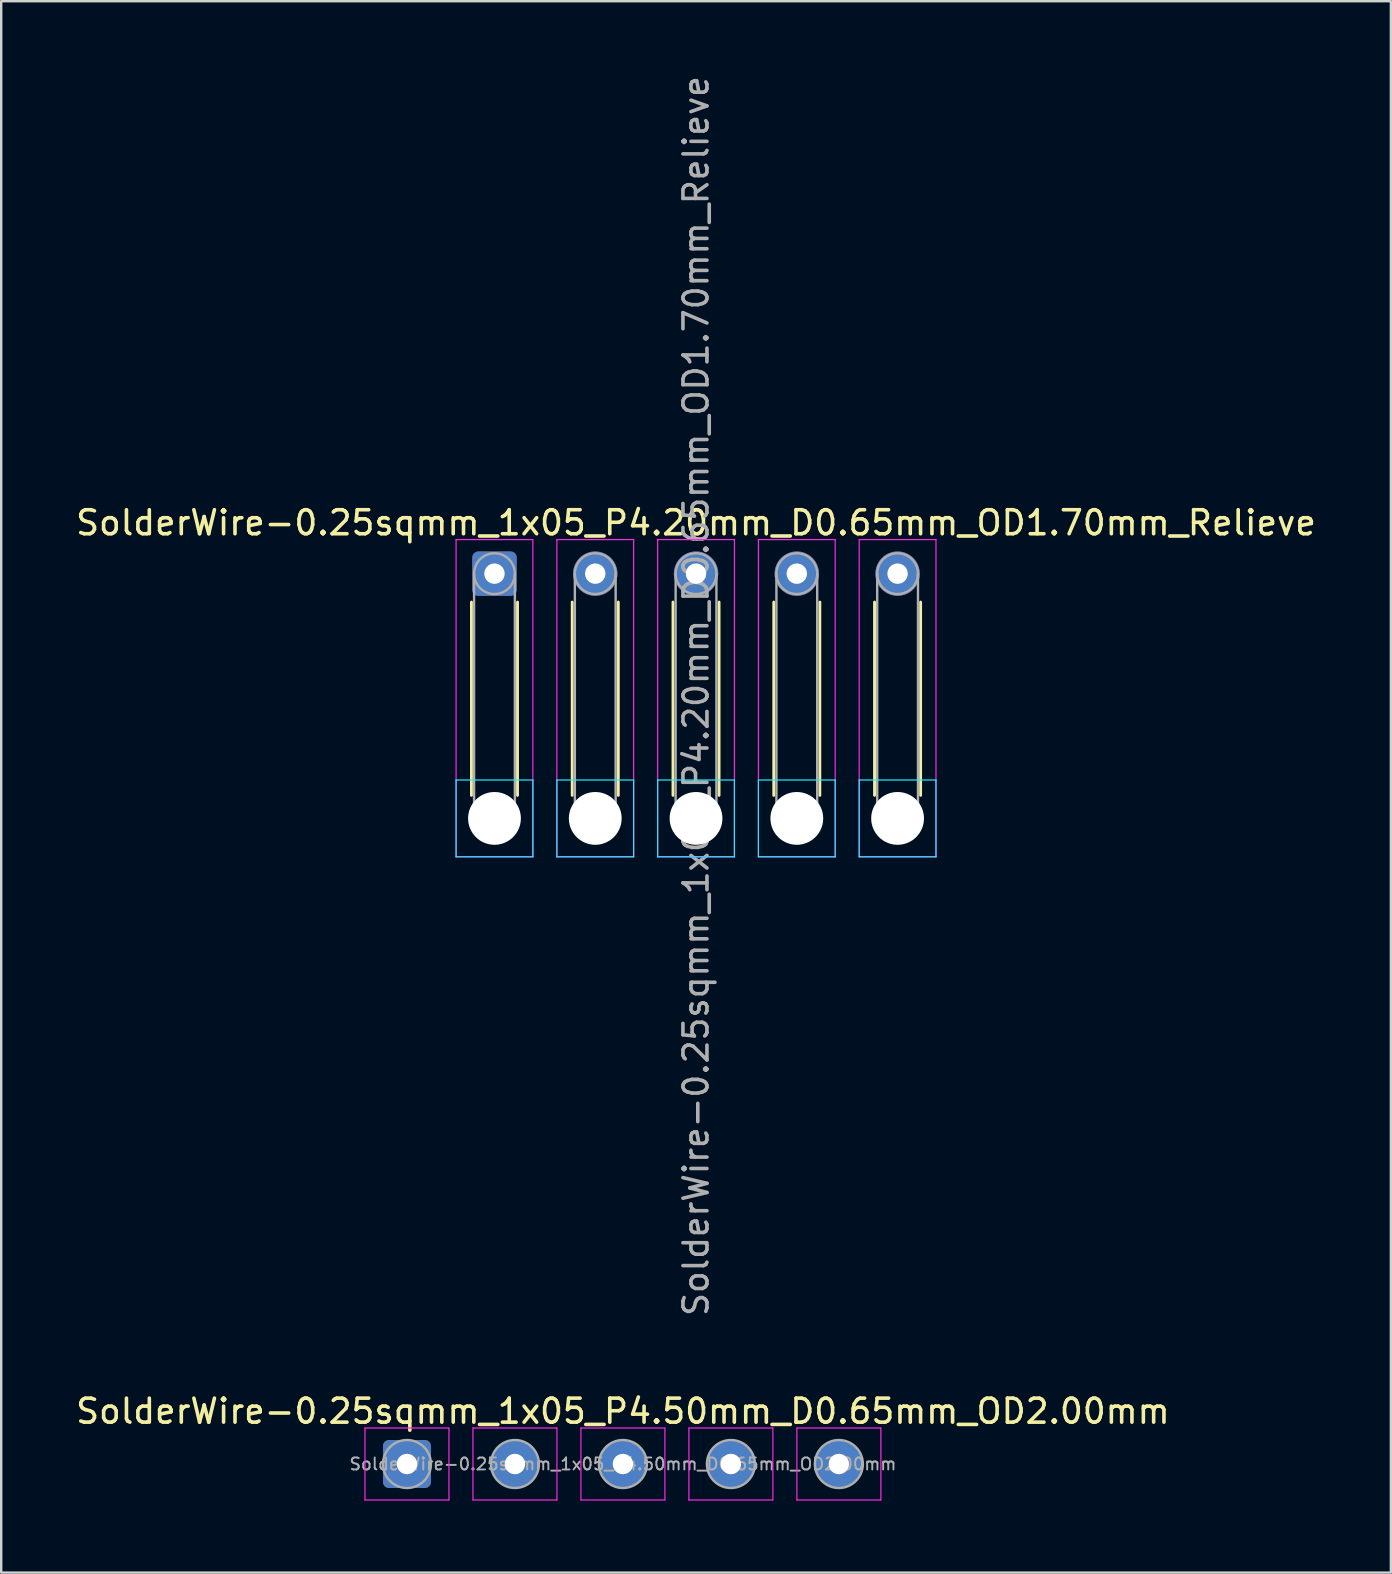
<source format=kicad_pcb>
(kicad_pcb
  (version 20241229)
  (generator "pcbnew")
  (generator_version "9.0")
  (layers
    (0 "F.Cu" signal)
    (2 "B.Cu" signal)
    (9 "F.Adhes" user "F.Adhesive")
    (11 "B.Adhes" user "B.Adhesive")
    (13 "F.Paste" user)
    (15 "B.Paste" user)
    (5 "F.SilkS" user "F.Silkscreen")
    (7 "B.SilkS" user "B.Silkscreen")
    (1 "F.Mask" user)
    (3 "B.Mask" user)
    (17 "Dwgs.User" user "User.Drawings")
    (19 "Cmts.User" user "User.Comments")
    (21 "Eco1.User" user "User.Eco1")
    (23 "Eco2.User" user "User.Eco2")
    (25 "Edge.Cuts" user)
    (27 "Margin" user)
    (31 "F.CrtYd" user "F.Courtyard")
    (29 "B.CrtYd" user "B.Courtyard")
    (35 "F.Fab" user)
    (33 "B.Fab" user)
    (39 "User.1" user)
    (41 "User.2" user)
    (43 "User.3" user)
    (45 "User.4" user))
  (footprint "SolderWire-0.25sqmm_1x05_P4.50mm_D0.65mm_OD2.00mm"
    (layer "F.Cu")
    (at 13.911 57.965)
    (property "Reference" "SolderWire-0.25sqmm_1x05_P4.50mm_D0.65mm_OD2.00mm" (at 9 -2.2 0) (layer "F.SilkS") (effects (font (size 1 1) (thickness 0.15))))
    (attr exclude_from_pos_files exclude_from_bom)
    (fp_line (start -1.75 -1.5) (end -1.75 1.5) (stroke (width 0.05) (type solid)) (layer "F.CrtYd"))
    (fp_line (start -1.75 1.5) (end 1.75 1.5) (stroke (width 0.05) (type solid)) (layer "F.CrtYd"))
    (fp_line (start 1.75 -1.5) (end -1.75 -1.5) (stroke (width 0.05) (type solid)) (layer "F.CrtYd"))
    (fp_line (start 1.75 1.5) (end 1.75 -1.5) (stroke (width 0.05) (type solid)) (layer "F.CrtYd"))
    (fp_line (start 2.75 -1.5) (end 2.75 1.5) (stroke (width 0.05) (type solid)) (layer "F.CrtYd"))
    (fp_line (start 2.75 1.5) (end 6.25 1.5) (stroke (width 0.05) (type solid)) (layer "F.CrtYd"))
    (fp_line (start 6.25 -1.5) (end 2.75 -1.5) (stroke (width 0.05) (type solid)) (layer "F.CrtYd"))
    (fp_line (start 6.25 1.5) (end 6.25 -1.5) (stroke (width 0.05) (type solid)) (layer "F.CrtYd"))
    (fp_line (start 7.25 -1.5) (end 7.25 1.5) (stroke (width 0.05) (type solid)) (layer "F.CrtYd"))
    (fp_line (start 7.25 1.5) (end 10.75 1.5) (stroke (width 0.05) (type solid)) (layer "F.CrtYd"))
    (fp_line (start 10.75 -1.5) (end 7.25 -1.5) (stroke (width 0.05) (type solid)) (layer "F.CrtYd"))
    (fp_line (start 10.75 1.5) (end 10.75 -1.5) (stroke (width 0.05) (type solid)) (layer "F.CrtYd"))
    (fp_line (start 11.75 -1.5) (end 11.75 1.5) (stroke (width 0.05) (type solid)) (layer "F.CrtYd"))
    (fp_line (start 11.75 1.5) (end 15.25 1.5) (stroke (width 0.05) (type solid)) (layer "F.CrtYd"))
    (fp_line (start 15.25 -1.5) (end 11.75 -1.5) (stroke (width 0.05) (type solid)) (layer "F.CrtYd"))
    (fp_line (start 15.25 1.5) (end 15.25 -1.5) (stroke (width 0.05) (type solid)) (layer "F.CrtYd"))
    (fp_line (start 16.25 -1.5) (end 16.25 1.5) (stroke (width 0.05) (type solid)) (layer "F.CrtYd"))
    (fp_line (start 16.25 1.5) (end 19.75 1.5) (stroke (width 0.05) (type solid)) (layer "F.CrtYd"))
    (fp_line (start 19.75 -1.5) (end 16.25 -1.5) (stroke (width 0.05) (type solid)) (layer "F.CrtYd"))
    (fp_line (start 19.75 1.5) (end 19.75 -1.5) (stroke (width 0.05) (type solid)) (layer "F.CrtYd"))
    (fp_circle (center 0 0) (end 1 0) (stroke (width 0.1) (type solid)) (fill no) (layer "F.Fab"))
    (fp_circle (center 4.5 0) (end 5.5 0) (stroke (width 0.1) (type solid)) (fill no) (layer "F.Fab"))
    (fp_circle (center 9 0) (end 10 0) (stroke (width 0.1) (type solid)) (fill no) (layer "F.Fab"))
    (fp_circle (center 13.5 0) (end 14.5 0) (stroke (width 0.1) (type solid)) (fill no) (layer "F.Fab"))
    (fp_circle (center 18 0) (end 19 0) (stroke (width 0.1) (type solid)) (fill no) (layer "F.Fab"))
    (fp_text user "${REFERENCE}" (at 9 0 0) (layer "F.Fab") (effects (font (size 0.5 0.5) (thickness 0.08))))
    (pad "1" thru_hole roundrect (at 0 0) (size 2 2) (drill 0.85) (layers "*.Cu" "*.Mask") (roundrect_rratio 0.125))
    (pad "2" thru_hole circle (at 4.5 0) (size 2 2) (drill 0.85) (layers "*.Cu" "*.Mask"))
    (pad "3" thru_hole circle (at 9 0) (size 2 2) (drill 0.85) (layers "*.Cu" "*.Mask"))
    (pad "4" thru_hole circle (at 13.5 0) (size 2 2) (drill 0.85) (layers "*.Cu" "*.Mask"))
    (pad "5" thru_hole circle (at 18 0) (size 2 2) (drill 0.85) (layers "*.Cu" "*.Mask")))
  (footprint "SolderWire-0.25sqmm_1x05_P4.20mm_D0.65mm_OD1.70mm_Relieve"
    (layer "F.Cu")
    (at 17.558 20.858)
    (property "Reference" "SolderWire-0.25sqmm_1x05_P4.20mm_D0.65mm_OD1.70mm_Relieve" (at 8.4 -2.12 0) (layer "F.SilkS") (effects (font (size 1 1) (thickness 0.15))))
    (attr exclude_from_pos_files exclude_from_bom)
    (fp_line (start -0.96 1.185) (end -0.96 9.24) (stroke (width 0.12) (type solid)) (layer "F.SilkS"))
    (fp_line (start 0.96 1.185) (end 0.96 9.24) (stroke (width 0.12) (type solid)) (layer "F.SilkS"))
    (fp_line (start 3.24 1.185) (end 3.24 9.24) (stroke (width 0.12) (type solid)) (layer "F.SilkS"))
    (fp_line (start 5.16 1.185) (end 5.16 9.24) (stroke (width 0.12) (type solid)) (layer "F.SilkS"))
    (fp_line (start 7.44 1.185) (end 7.44 9.24) (stroke (width 0.12) (type solid)) (layer "F.SilkS"))
    (fp_line (start 9.36 1.185) (end 9.36 9.24) (stroke (width 0.12) (type solid)) (layer "F.SilkS"))
    (fp_line (start 11.64 1.185) (end 11.64 9.24) (stroke (width 0.12) (type solid)) (layer "F.SilkS"))
    (fp_line (start 13.56 1.185) (end 13.56 9.24) (stroke (width 0.12) (type solid)) (layer "F.SilkS"))
    (fp_line (start 15.84 1.185) (end 15.84 9.24) (stroke (width 0.12) (type solid)) (layer "F.SilkS"))
    (fp_line (start 17.76 1.185) (end 17.76 9.24) (stroke (width 0.12) (type solid)) (layer "F.SilkS"))
    (fp_line (start -1.6 8.6) (end -1.6 11.8) (stroke (width 0.05) (type solid)) (layer "B.CrtYd"))
    (fp_line (start -1.6 11.8) (end 1.6 11.8) (stroke (width 0.05) (type solid)) (layer "B.CrtYd"))
    (fp_line (start 1.6 8.6) (end -1.6 8.6) (stroke (width 0.05) (type solid)) (layer "B.CrtYd"))
    (fp_line (start 1.6 11.8) (end 1.6 8.6) (stroke (width 0.05) (type solid)) (layer "B.CrtYd"))
    (fp_line (start 2.6 8.6) (end 2.6 11.8) (stroke (width 0.05) (type solid)) (layer "B.CrtYd"))
    (fp_line (start 2.6 11.8) (end 5.8 11.8) (stroke (width 0.05) (type solid)) (layer "B.CrtYd"))
    (fp_line (start 5.8 8.6) (end 2.6 8.6) (stroke (width 0.05) (type solid)) (layer "B.CrtYd"))
    (fp_line (start 5.8 11.8) (end 5.8 8.6) (stroke (width 0.05) (type solid)) (layer "B.CrtYd"))
    (fp_line (start 6.8 8.6) (end 6.8 11.8) (stroke (width 0.05) (type solid)) (layer "B.CrtYd"))
    (fp_line (start 6.8 11.8) (end 10 11.8) (stroke (width 0.05) (type solid)) (layer "B.CrtYd"))
    (fp_line (start 10 8.6) (end 6.8 8.6) (stroke (width 0.05) (type solid)) (layer "B.CrtYd"))
    (fp_line (start 10 11.8) (end 10 8.6) (stroke (width 0.05) (type solid)) (layer "B.CrtYd"))
    (fp_line (start 11 8.6) (end 11 11.8) (stroke (width 0.05) (type solid)) (layer "B.CrtYd"))
    (fp_line (start 11 11.8) (end 14.2 11.8) (stroke (width 0.05) (type solid)) (layer "B.CrtYd"))
    (fp_line (start 14.2 8.6) (end 11 8.6) (stroke (width 0.05) (type solid)) (layer "B.CrtYd"))
    (fp_line (start 14.2 11.8) (end 14.2 8.6) (stroke (width 0.05) (type solid)) (layer "B.CrtYd"))
    (fp_line (start 15.2 8.6) (end 15.2 11.8) (stroke (width 0.05) (type solid)) (layer "B.CrtYd"))
    (fp_line (start 15.2 11.8) (end 18.4 11.8) (stroke (width 0.05) (type solid)) (layer "B.CrtYd"))
    (fp_line (start 18.4 8.6) (end 15.2 8.6) (stroke (width 0.05) (type solid)) (layer "B.CrtYd"))
    (fp_line (start 18.4 11.8) (end 18.4 8.6) (stroke (width 0.05) (type solid)) (layer "B.CrtYd"))
    (fp_line (start -1.6 -1.42) (end -1.6 11.8) (stroke (width 0.05) (type solid)) (layer "F.CrtYd"))
    (fp_line (start -1.6 11.8) (end 1.6 11.8) (stroke (width 0.05) (type solid)) (layer "F.CrtYd"))
    (fp_line (start 1.6 -1.42) (end -1.6 -1.42) (stroke (width 0.05) (type solid)) (layer "F.CrtYd"))
    (fp_line (start 1.6 11.8) (end 1.6 -1.42) (stroke (width 0.05) (type solid)) (layer "F.CrtYd"))
    (fp_line (start 2.6 -1.42) (end 2.6 11.8) (stroke (width 0.05) (type solid)) (layer "F.CrtYd"))
    (fp_line (start 2.6 11.8) (end 5.8 11.8) (stroke (width 0.05) (type solid)) (layer "F.CrtYd"))
    (fp_line (start 5.8 -1.42) (end 2.6 -1.42) (stroke (width 0.05) (type solid)) (layer "F.CrtYd"))
    (fp_line (start 5.8 11.8) (end 5.8 -1.42) (stroke (width 0.05) (type solid)) (layer "F.CrtYd"))
    (fp_line (start 6.8 -1.42) (end 6.8 11.8) (stroke (width 0.05) (type solid)) (layer "F.CrtYd"))
    (fp_line (start 6.8 11.8) (end 10 11.8) (stroke (width 0.05) (type solid)) (layer "F.CrtYd"))
    (fp_line (start 10 -1.42) (end 6.8 -1.42) (stroke (width 0.05) (type solid)) (layer "F.CrtYd"))
    (fp_line (start 10 11.8) (end 10 -1.42) (stroke (width 0.05) (type solid)) (layer "F.CrtYd"))
    (fp_line (start 11 -1.42) (end 11 11.8) (stroke (width 0.05) (type solid)) (layer "F.CrtYd"))
    (fp_line (start 11 11.8) (end 14.2 11.8) (stroke (width 0.05) (type solid)) (layer "F.CrtYd"))
    (fp_line (start 14.2 -1.42) (end 11 -1.42) (stroke (width 0.05) (type solid)) (layer "F.CrtYd"))
    (fp_line (start 14.2 11.8) (end 14.2 -1.42) (stroke (width 0.05) (type solid)) (layer "F.CrtYd"))
    (fp_line (start 15.2 -1.42) (end 15.2 11.8) (stroke (width 0.05) (type solid)) (layer "F.CrtYd"))
    (fp_line (start 15.2 11.8) (end 18.4 11.8) (stroke (width 0.05) (type solid)) (layer "F.CrtYd"))
    (fp_line (start 18.4 -1.42) (end 15.2 -1.42) (stroke (width 0.05) (type solid)) (layer "F.CrtYd"))
    (fp_line (start 18.4 11.8) (end 18.4 -1.42) (stroke (width 0.05) (type solid)) (layer "F.CrtYd"))
    (fp_line (start -0.85 0) (end -0.85 10.2) (stroke (width 0.1) (type solid)) (layer "F.Fab"))
    (fp_line (start 0.85 0) (end 0.85 10.2) (stroke (width 0.1) (type solid)) (layer "F.Fab"))
    (fp_line (start 3.35 0) (end 3.35 10.2) (stroke (width 0.1) (type solid)) (layer "F.Fab"))
    (fp_line (start 5.05 0) (end 5.05 10.2) (stroke (width 0.1) (type solid)) (layer "F.Fab"))
    (fp_line (start 7.55 0) (end 7.55 10.2) (stroke (width 0.1) (type solid)) (layer "F.Fab"))
    (fp_line (start 9.25 0) (end 9.25 10.2) (stroke (width 0.1) (type solid)) (layer "F.Fab"))
    (fp_line (start 11.75 0) (end 11.75 10.2) (stroke (width 0.1) (type solid)) (layer "F.Fab"))
    (fp_line (start 13.45 0) (end 13.45 10.2) (stroke (width 0.1) (type solid)) (layer "F.Fab"))
    (fp_line (start 15.95 0) (end 15.95 10.2) (stroke (width 0.1) (type solid)) (layer "F.Fab"))
    (fp_line (start 17.65 0) (end 17.65 10.2) (stroke (width 0.1) (type solid)) (layer "F.Fab"))
    (fp_circle (center 0 0) (end 0.85 0) (stroke (width 0.1) (type solid)) (fill no) (layer "F.Fab"))
    (fp_circle (center 0 10.2) (end 0.85 10.2) (stroke (width 0.1) (type solid)) (fill no) (layer "F.Fab"))
    (fp_circle (center 4.2 0) (end 5.05 0) (stroke (width 0.1) (type solid)) (fill no) (layer "F.Fab"))
    (fp_circle (center 4.2 10.2) (end 5.05 10.2) (stroke (width 0.1) (type solid)) (fill no) (layer "F.Fab"))
    (fp_circle (center 8.4 0) (end 9.25 0) (stroke (width 0.1) (type solid)) (fill no) (layer "F.Fab"))
    (fp_circle (center 8.4 10.2) (end 9.25 10.2) (stroke (width 0.1) (type solid)) (fill no) (layer "F.Fab"))
    (fp_circle (center 12.6 0) (end 13.45 0) (stroke (width 0.1) (type solid)) (fill no) (layer "F.Fab"))
    (fp_circle (center 12.6 10.2) (end 13.45 10.2) (stroke (width 0.1) (type solid)) (fill no) (layer "F.Fab"))
    (fp_circle (center 16.8 0) (end 17.65 0) (stroke (width 0.1) (type solid)) (fill no) (layer "F.Fab"))
    (fp_circle (center 16.8 10.2) (end 17.65 10.2) (stroke (width 0.1) (type solid)) (fill no) (layer "F.Fab"))
    (fp_text user "${REFERENCE}" (at 8.4 5.1 90) (layer "F.Fab") (effects (font (size 1 1) (thickness 0.15))))
    (pad "" np_thru_hole circle (at 0 10.2) (size 2.2 2.2) (drill 2.2) (layers "*.Cu" "*.Mask"))
    (pad "" np_thru_hole circle (at 4.2 10.2) (size 2.2 2.2) (drill 2.2) (layers "*.Cu" "*.Mask"))
    (pad "" np_thru_hole circle (at 8.4 10.2) (size 2.2 2.2) (drill 2.2) (layers "*.Cu" "*.Mask"))
    (pad "" np_thru_hole circle (at 12.6 10.2) (size 2.2 2.2) (drill 2.2) (layers "*.Cu" "*.Mask"))
    (pad "" np_thru_hole circle (at 16.8 10.2) (size 2.2 2.2) (drill 2.2) (layers "*.Cu" "*.Mask"))
    (pad "1" thru_hole roundrect (at 0 0) (size 1.85 1.85) (drill 0.85) (layers "*.Cu" "*.Mask") (roundrect_rratio 0.135))
    (pad "2" thru_hole circle (at 4.2 0) (size 1.85 1.85) (drill 0.85) (layers "*.Cu" "*.Mask"))
    (pad "3" thru_hole circle (at 8.4 0) (size 1.85 1.85) (drill 0.85) (layers "*.Cu" "*.Mask"))
    (pad "4" thru_hole circle (at 12.6 0) (size 1.85 1.85) (drill 0.85) (layers "*.Cu" "*.Mask"))
    (pad "5" thru_hole circle (at 16.8 0) (size 1.85 1.85) (drill 0.85) (layers "*.Cu" "*.Mask")))
  (gr_rect
    (start -3 -3)
    (end 54.917 62.49)
    (stroke (width 0.1) (type default))
    (fill no)
    (layer "Edge.Cuts")))
</source>
